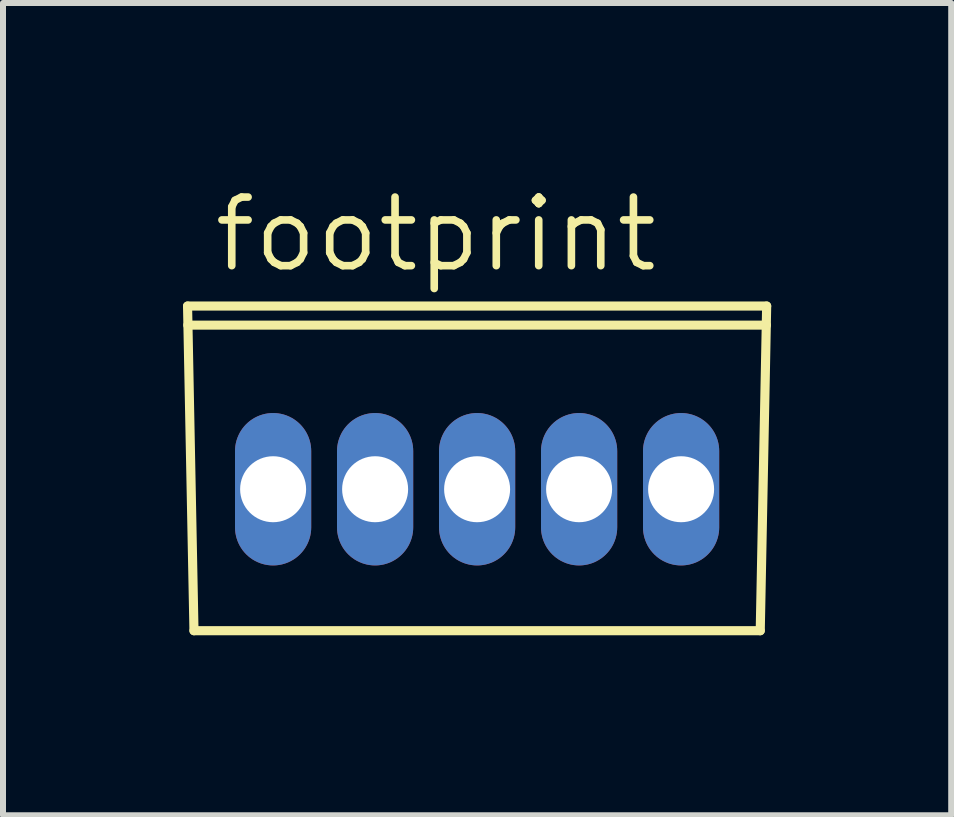
<source format=kicad_pcb>
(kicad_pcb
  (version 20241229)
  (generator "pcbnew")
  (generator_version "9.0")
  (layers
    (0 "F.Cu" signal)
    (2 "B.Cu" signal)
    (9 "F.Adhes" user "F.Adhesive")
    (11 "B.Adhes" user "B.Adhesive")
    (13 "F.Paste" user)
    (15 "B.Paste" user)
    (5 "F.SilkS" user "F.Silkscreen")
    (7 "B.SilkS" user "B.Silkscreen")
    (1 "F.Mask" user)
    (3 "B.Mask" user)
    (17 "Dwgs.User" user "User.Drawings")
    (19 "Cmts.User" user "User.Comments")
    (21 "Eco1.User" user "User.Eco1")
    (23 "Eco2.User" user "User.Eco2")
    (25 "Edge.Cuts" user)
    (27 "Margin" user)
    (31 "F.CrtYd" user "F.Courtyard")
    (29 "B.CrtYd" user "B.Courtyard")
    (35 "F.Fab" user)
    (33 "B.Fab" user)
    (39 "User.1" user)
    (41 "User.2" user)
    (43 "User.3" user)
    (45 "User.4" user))
  (footprint "footprint"
    (layer "F.Cu")
    (at 4.902 2.056)
    (property "Reference" "footprint" (at -4.445 -0.532 0) (layer "F.SilkS") (effects (font (size 1.143 1.143) (thickness 0.127)) (justify left bottom)))
    (fp_line (start -4.826 -0.005) (end -4.719 5.406) (stroke (width 0.152) (type solid)) (layer "F.SilkS"))
    (fp_line (start -4.822 0.313) (end 4.822 0.313) (stroke (width 0.152) (type solid)) (layer "F.SilkS"))
    (fp_line (start -4.719 5.406) (end 4.719 5.406) (stroke (width 0.152) (type solid)) (layer "F.SilkS"))
    (fp_line (start 4.719 5.406) (end 4.826 -0.005) (stroke (width 0.152) (type solid)) (layer "F.SilkS"))
    (fp_line (start 4.826 -0.005) (end -4.826 -0.005) (stroke (width 0.152) (type solid)) (layer "F.SilkS"))
    (pad "1" thru_hole oval (at -3.4 3.048 90) (size 2.54 1.27) (drill 1.1) (layers "*.Cu" "*.Mask"))
    (pad "2" thru_hole oval (at -1.7 3.048 90) (size 2.54 1.27) (drill 1.1) (layers "*.Cu" "*.Mask"))
    (pad "3" thru_hole oval (at 0 3.048 90) (size 2.54 1.27) (drill 1.1) (layers "*.Cu" "*.Mask"))
    (pad "4" thru_hole oval (at 1.7 3.048 90) (size 2.54 1.27) (drill 1.1) (layers "*.Cu" "*.Mask"))
    (pad "5" thru_hole oval (at 3.4 3.048 90) (size 2.54 1.27) (drill 1.1) (layers "*.Cu" "*.Mask")))
  (gr_rect
    (start -3 -3)
    (end 12.804 10.538)
    (stroke (width 0.1) (type default))
    (fill no)
    (layer "Edge.Cuts")))
</source>
